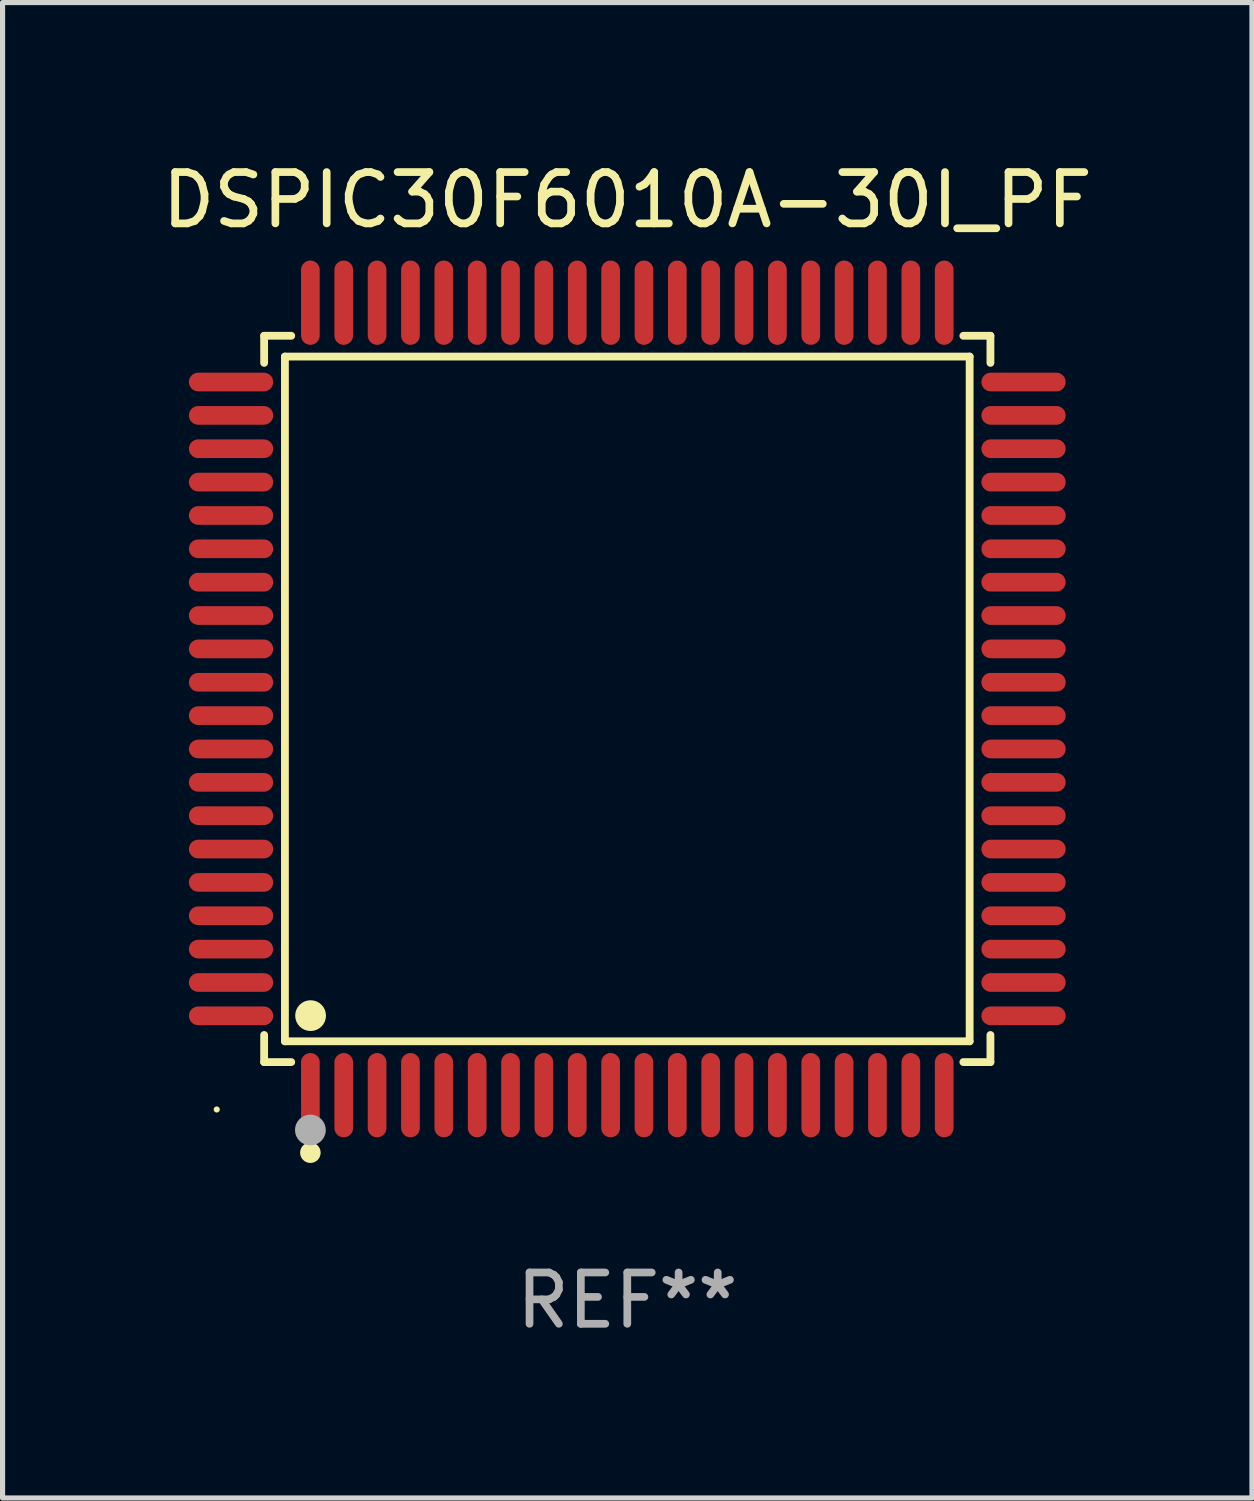
<source format=kicad_pcb>
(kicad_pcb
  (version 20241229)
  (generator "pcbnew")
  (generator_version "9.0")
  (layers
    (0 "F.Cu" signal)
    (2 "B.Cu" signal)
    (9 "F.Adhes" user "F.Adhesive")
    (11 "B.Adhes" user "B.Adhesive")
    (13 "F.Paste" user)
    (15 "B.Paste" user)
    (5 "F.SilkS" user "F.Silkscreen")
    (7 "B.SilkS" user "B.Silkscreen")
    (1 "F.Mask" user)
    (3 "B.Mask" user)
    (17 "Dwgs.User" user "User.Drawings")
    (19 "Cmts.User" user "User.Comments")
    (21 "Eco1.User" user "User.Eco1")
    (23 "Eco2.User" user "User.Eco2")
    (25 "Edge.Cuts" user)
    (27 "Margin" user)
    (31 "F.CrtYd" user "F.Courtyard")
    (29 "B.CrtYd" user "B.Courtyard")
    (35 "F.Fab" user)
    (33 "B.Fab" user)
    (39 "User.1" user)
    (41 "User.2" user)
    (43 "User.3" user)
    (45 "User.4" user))
  (footprint "DSPIC30F6010A-30I_PF"
    (layer "F.Cu")
    (at 9.173 10.569)
    (property "Reference" "DSPIC30F6010A-30I_PF" (at 0 -9.721 0) (layer "F.SilkS") (effects (font (size 1 1) (thickness 0.15))))
    (attr through_hole)
    (fp_line (start -7.076 -7.076) (end -6.548 -7.076) (stroke (width 0.152) (type solid)) (layer "F.SilkS"))
    (fp_line (start -7.076 -6.548) (end -7.076 -7.076) (stroke (width 0.152) (type solid)) (layer "F.SilkS"))
    (fp_line (start -7.076 6.548) (end -7.076 7.076) (stroke (width 0.152) (type solid)) (layer "F.SilkS"))
    (fp_line (start -7.076 7.076) (end -6.548 7.076) (stroke (width 0.152) (type solid)) (layer "F.SilkS"))
    (fp_line (start -6.671 -6.671) (end 6.671 -6.671) (stroke (width 0.152) (type solid)) (layer "F.SilkS"))
    (fp_line (start -6.671 6.671) (end -6.671 -6.671) (stroke (width 0.152) (type solid)) (layer "F.SilkS"))
    (fp_line (start 6.671 -6.671) (end 6.671 6.671) (stroke (width 0.152) (type solid)) (layer "F.SilkS"))
    (fp_line (start 6.671 6.671) (end -6.671 6.671) (stroke (width 0.152) (type solid)) (layer "F.SilkS"))
    (fp_line (start 7.076 -7.076) (end 6.548 -7.076) (stroke (width 0.152) (type solid)) (layer "F.SilkS"))
    (fp_line (start 7.076 -6.548) (end 7.076 -7.076) (stroke (width 0.152) (type solid)) (layer "F.SilkS"))
    (fp_line (start 7.076 6.548) (end 7.076 7.076) (stroke (width 0.152) (type solid)) (layer "F.SilkS"))
    (fp_line (start 7.076 7.076) (end 6.548 7.076) (stroke (width 0.152) (type solid)) (layer "F.SilkS"))
    (fp_circle (center -8 8) (end -7.97 8) (stroke (width 0.06) (type solid)) (fill no) (layer "F.SilkS"))
    (fp_circle (center -6.175 8.842) (end -6.075 8.842) (stroke (width 0.2) (type solid)) (fill no) (layer "F.SilkS"))
    (fp_circle (center -6.171 6.171) (end -6.021 6.171) (stroke (width 0.3) (type solid)) (fill no) (layer "F.SilkS"))
    (fp_circle (center -6.175 8.4) (end -6.025 8.4) (stroke (width 0.3) (type solid)) (fill no) (layer "F.Fab"))
    (fp_text user "REF**" (at 0 11.721 0) (layer "F.Fab") (effects (font (size 1 1) (thickness 0.15))))
    (pad "1" smd oval (at -6.175 7.721) (size 0.364 1.642) (layers "F.Cu" "F.Mask" "F.Paste"))
    (pad "2" smd oval (at -5.525 7.721) (size 0.364 1.642) (layers "F.Cu" "F.Mask" "F.Paste"))
    (pad "3" smd oval (at -4.875 7.721) (size 0.364 1.642) (layers "F.Cu" "F.Mask" "F.Paste"))
    (pad "4" smd oval (at -4.225 7.721) (size 0.364 1.642) (layers "F.Cu" "F.Mask" "F.Paste"))
    (pad "5" smd oval (at -3.575 7.721) (size 0.364 1.642) (layers "F.Cu" "F.Mask" "F.Paste"))
    (pad "6" smd oval (at -2.925 7.721) (size 0.364 1.642) (layers "F.Cu" "F.Mask" "F.Paste"))
    (pad "7" smd oval (at -2.275 7.721) (size 0.364 1.642) (layers "F.Cu" "F.Mask" "F.Paste"))
    (pad "8" smd oval (at -1.625 7.721) (size 0.364 1.642) (layers "F.Cu" "F.Mask" "F.Paste"))
    (pad "9" smd oval (at -0.975 7.721) (size 0.364 1.642) (layers "F.Cu" "F.Mask" "F.Paste"))
    (pad "10" smd oval (at -0.325 7.721) (size 0.364 1.642) (layers "F.Cu" "F.Mask" "F.Paste"))
    (pad "11" smd oval (at 0.325 7.721) (size 0.364 1.642) (layers "F.Cu" "F.Mask" "F.Paste"))
    (pad "12" smd oval (at 0.975 7.721) (size 0.364 1.642) (layers "F.Cu" "F.Mask" "F.Paste"))
    (pad "13" smd oval (at 1.625 7.721) (size 0.364 1.642) (layers "F.Cu" "F.Mask" "F.Paste"))
    (pad "14" smd oval (at 2.275 7.721) (size 0.364 1.642) (layers "F.Cu" "F.Mask" "F.Paste"))
    (pad "15" smd oval (at 2.925 7.721) (size 0.364 1.642) (layers "F.Cu" "F.Mask" "F.Paste"))
    (pad "16" smd oval (at 3.575 7.721) (size 0.364 1.642) (layers "F.Cu" "F.Mask" "F.Paste"))
    (pad "17" smd oval (at 4.225 7.721) (size 0.364 1.642) (layers "F.Cu" "F.Mask" "F.Paste"))
    (pad "18" smd oval (at 4.875 7.721) (size 0.364 1.642) (layers "F.Cu" "F.Mask" "F.Paste"))
    (pad "19" smd oval (at 5.525 7.721) (size 0.364 1.642) (layers "F.Cu" "F.Mask" "F.Paste"))
    (pad "20" smd oval (at 6.175 7.721) (size 0.364 1.642) (layers "F.Cu" "F.Mask" "F.Paste"))
    (pad "21" smd oval (at 7.721 6.175) (size 1.642 0.364) (layers "F.Cu" "F.Mask" "F.Paste"))
    (pad "22" smd oval (at 7.721 5.525) (size 1.642 0.364) (layers "F.Cu" "F.Mask" "F.Paste"))
    (pad "23" smd oval (at 7.721 4.875) (size 1.642 0.364) (layers "F.Cu" "F.Mask" "F.Paste"))
    (pad "24" smd oval (at 7.721 4.225) (size 1.642 0.364) (layers "F.Cu" "F.Mask" "F.Paste"))
    (pad "25" smd oval (at 7.721 3.575) (size 1.642 0.364) (layers "F.Cu" "F.Mask" "F.Paste"))
    (pad "26" smd oval (at 7.721 2.925) (size 1.642 0.364) (layers "F.Cu" "F.Mask" "F.Paste"))
    (pad "27" smd oval (at 7.721 2.275) (size 1.642 0.364) (layers "F.Cu" "F.Mask" "F.Paste"))
    (pad "28" smd oval (at 7.721 1.625) (size 1.642 0.364) (layers "F.Cu" "F.Mask" "F.Paste"))
    (pad "29" smd oval (at 7.721 0.975) (size 1.642 0.364) (layers "F.Cu" "F.Mask" "F.Paste"))
    (pad "30" smd oval (at 7.721 0.325) (size 1.642 0.364) (layers "F.Cu" "F.Mask" "F.Paste"))
    (pad "31" smd oval (at 7.721 -0.325) (size 1.642 0.364) (layers "F.Cu" "F.Mask" "F.Paste"))
    (pad "32" smd oval (at 7.721 -0.975) (size 1.642 0.364) (layers "F.Cu" "F.Mask" "F.Paste"))
    (pad "33" smd oval (at 7.721 -1.625) (size 1.642 0.364) (layers "F.Cu" "F.Mask" "F.Paste"))
    (pad "34" smd oval (at 7.721 -2.275) (size 1.642 0.364) (layers "F.Cu" "F.Mask" "F.Paste"))
    (pad "35" smd oval (at 7.721 -2.925) (size 1.642 0.364) (layers "F.Cu" "F.Mask" "F.Paste"))
    (pad "36" smd oval (at 7.721 -3.575) (size 1.642 0.364) (layers "F.Cu" "F.Mask" "F.Paste"))
    (pad "37" smd oval (at 7.721 -4.225) (size 1.642 0.364) (layers "F.Cu" "F.Mask" "F.Paste"))
    (pad "38" smd oval (at 7.721 -4.875) (size 1.642 0.364) (layers "F.Cu" "F.Mask" "F.Paste"))
    (pad "39" smd oval (at 7.721 -5.525) (size 1.642 0.364) (layers "F.Cu" "F.Mask" "F.Paste"))
    (pad "40" smd oval (at 7.721 -6.175) (size 1.642 0.364) (layers "F.Cu" "F.Mask" "F.Paste"))
    (pad "41" smd oval (at 6.175 -7.721) (size 0.364 1.642) (layers "F.Cu" "F.Mask" "F.Paste"))
    (pad "42" smd oval (at 5.525 -7.721) (size 0.364 1.642) (layers "F.Cu" "F.Mask" "F.Paste"))
    (pad "43" smd oval (at 4.875 -7.721) (size 0.364 1.642) (layers "F.Cu" "F.Mask" "F.Paste"))
    (pad "44" smd oval (at 4.225 -7.721) (size 0.364 1.642) (layers "F.Cu" "F.Mask" "F.Paste"))
    (pad "45" smd oval (at 3.575 -7.721) (size 0.364 1.642) (layers "F.Cu" "F.Mask" "F.Paste"))
    (pad "46" smd oval (at 2.925 -7.721) (size 0.364 1.642) (layers "F.Cu" "F.Mask" "F.Paste"))
    (pad "47" smd oval (at 2.275 -7.721) (size 0.364 1.642) (layers "F.Cu" "F.Mask" "F.Paste"))
    (pad "48" smd oval (at 1.625 -7.721) (size 0.364 1.642) (layers "F.Cu" "F.Mask" "F.Paste"))
    (pad "49" smd oval (at 0.975 -7.721) (size 0.364 1.642) (layers "F.Cu" "F.Mask" "F.Paste"))
    (pad "50" smd oval (at 0.325 -7.721) (size 0.364 1.642) (layers "F.Cu" "F.Mask" "F.Paste"))
    (pad "51" smd oval (at -0.325 -7.721) (size 0.364 1.642) (layers "F.Cu" "F.Mask" "F.Paste"))
    (pad "52" smd oval (at -0.975 -7.721) (size 0.364 1.642) (layers "F.Cu" "F.Mask" "F.Paste"))
    (pad "53" smd oval (at -1.625 -7.721) (size 0.364 1.642) (layers "F.Cu" "F.Mask" "F.Paste"))
    (pad "54" smd oval (at -2.275 -7.721) (size 0.364 1.642) (layers "F.Cu" "F.Mask" "F.Paste"))
    (pad "55" smd oval (at -2.925 -7.721) (size 0.364 1.642) (layers "F.Cu" "F.Mask" "F.Paste"))
    (pad "56" smd oval (at -3.575 -7.721) (size 0.364 1.642) (layers "F.Cu" "F.Mask" "F.Paste"))
    (pad "57" smd oval (at -4.225 -7.721) (size 0.364 1.642) (layers "F.Cu" "F.Mask" "F.Paste"))
    (pad "58" smd oval (at -4.875 -7.721) (size 0.364 1.642) (layers "F.Cu" "F.Mask" "F.Paste"))
    (pad "59" smd oval (at -5.525 -7.721) (size 0.364 1.642) (layers "F.Cu" "F.Mask" "F.Paste"))
    (pad "60" smd oval (at -6.175 -7.721) (size 0.364 1.642) (layers "F.Cu" "F.Mask" "F.Paste"))
    (pad "61" smd oval (at -7.721 -6.175) (size 1.642 0.364) (layers "F.Cu" "F.Mask" "F.Paste"))
    (pad "62" smd oval (at -7.721 -5.525) (size 1.642 0.364) (layers "F.Cu" "F.Mask" "F.Paste"))
    (pad "63" smd oval (at -7.721 -4.875) (size 1.642 0.364) (layers "F.Cu" "F.Mask" "F.Paste"))
    (pad "64" smd oval (at -7.721 -4.225) (size 1.642 0.364) (layers "F.Cu" "F.Mask" "F.Paste"))
    (pad "65" smd oval (at -7.721 -3.575) (size 1.642 0.364) (layers "F.Cu" "F.Mask" "F.Paste"))
    (pad "66" smd oval (at -7.721 -2.925) (size 1.642 0.364) (layers "F.Cu" "F.Mask" "F.Paste"))
    (pad "67" smd oval (at -7.721 -2.275) (size 1.642 0.364) (layers "F.Cu" "F.Mask" "F.Paste"))
    (pad "68" smd oval (at -7.721 -1.625) (size 1.642 0.364) (layers "F.Cu" "F.Mask" "F.Paste"))
    (pad "69" smd oval (at -7.721 -0.975) (size 1.642 0.364) (layers "F.Cu" "F.Mask" "F.Paste"))
    (pad "70" smd oval (at -7.721 -0.325) (size 1.642 0.364) (layers "F.Cu" "F.Mask" "F.Paste"))
    (pad "71" smd oval (at -7.721 0.325) (size 1.642 0.364) (layers "F.Cu" "F.Mask" "F.Paste"))
    (pad "72" smd oval (at -7.721 0.975) (size 1.642 0.364) (layers "F.Cu" "F.Mask" "F.Paste"))
    (pad "73" smd oval (at -7.721 1.625) (size 1.642 0.364) (layers "F.Cu" "F.Mask" "F.Paste"))
    (pad "74" smd oval (at -7.721 2.275) (size 1.642 0.364) (layers "F.Cu" "F.Mask" "F.Paste"))
    (pad "75" smd oval (at -7.721 2.925) (size 1.642 0.364) (layers "F.Cu" "F.Mask" "F.Paste"))
    (pad "76" smd oval (at -7.721 3.575) (size 1.642 0.364) (layers "F.Cu" "F.Mask" "F.Paste"))
    (pad "77" smd oval (at -7.721 4.225) (size 1.642 0.364) (layers "F.Cu" "F.Mask" "F.Paste"))
    (pad "78" smd oval (at -7.721 4.875) (size 1.642 0.364) (layers "F.Cu" "F.Mask" "F.Paste"))
    (pad "79" smd oval (at -7.721 5.525) (size 1.642 0.364) (layers "F.Cu" "F.Mask" "F.Paste"))
    (pad "80" smd oval (at -7.721 6.175) (size 1.642 0.364) (layers "F.Cu" "F.Mask" "F.Paste")))
  (gr_rect
    (start -3 -3)
    (end 21.345 26.139)
    (stroke (width 0.1) (type default))
    (fill no)
    (layer "Edge.Cuts")))
</source>
